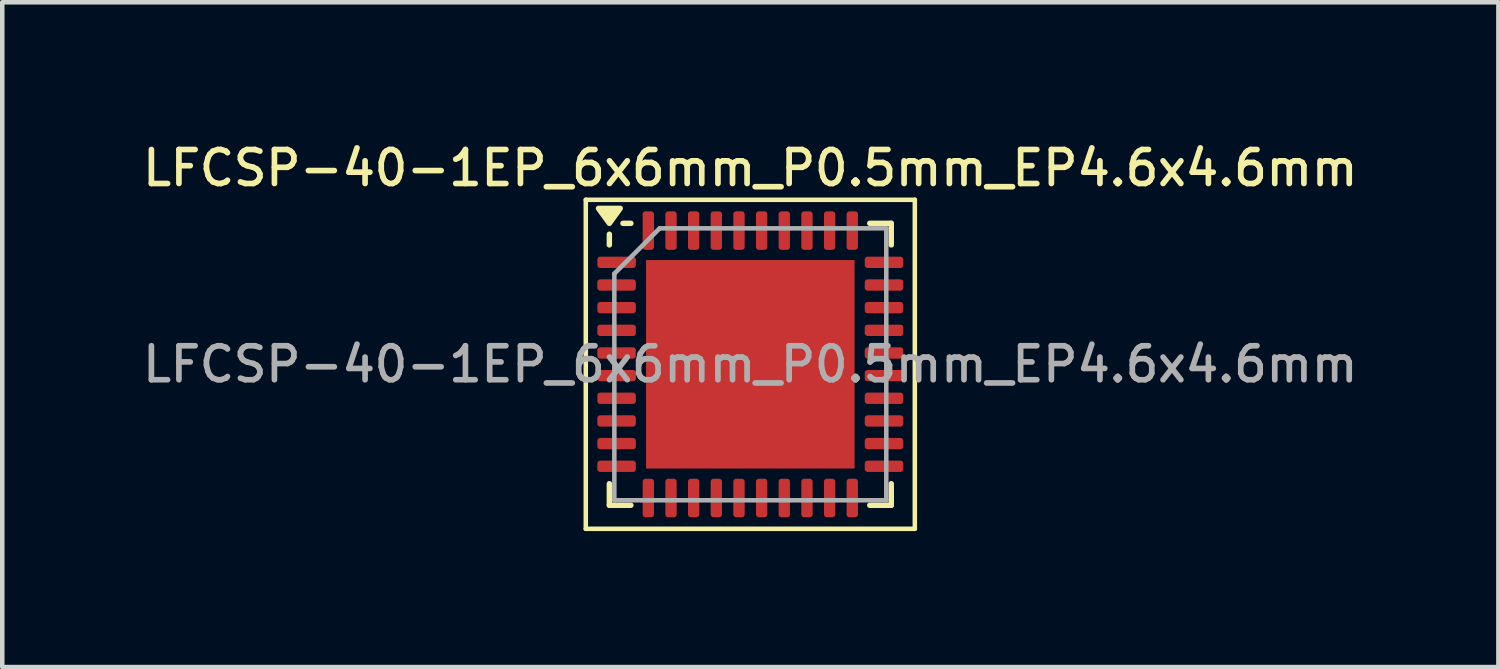
<source format=kicad_pcb>
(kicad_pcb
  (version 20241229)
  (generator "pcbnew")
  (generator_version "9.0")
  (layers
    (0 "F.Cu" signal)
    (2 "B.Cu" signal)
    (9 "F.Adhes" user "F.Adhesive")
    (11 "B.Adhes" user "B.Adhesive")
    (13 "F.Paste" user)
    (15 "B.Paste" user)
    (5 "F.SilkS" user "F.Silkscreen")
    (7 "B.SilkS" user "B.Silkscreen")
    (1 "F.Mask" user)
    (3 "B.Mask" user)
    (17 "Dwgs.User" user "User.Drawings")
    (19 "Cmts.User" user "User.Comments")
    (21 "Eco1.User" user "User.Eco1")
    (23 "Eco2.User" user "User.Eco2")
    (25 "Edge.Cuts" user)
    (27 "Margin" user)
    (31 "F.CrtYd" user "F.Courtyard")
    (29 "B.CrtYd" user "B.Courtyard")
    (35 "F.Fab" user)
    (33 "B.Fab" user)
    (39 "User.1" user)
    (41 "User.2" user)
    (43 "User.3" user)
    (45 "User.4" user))
  (footprint "LFCSP-40-1EP_6x6mm_P0.5mm_EP4.6x4.6mm"
    (layer "F.Cu")
    (at 13.505 4.988)
    (property "Reference" "LFCSP-40-1EP_6x6mm_P0.5mm_EP4.6x4.6mm" (at 0 -4.33 0) (layer "F.SilkS") (effects (font (size 0.75 0.75) (thickness 0.125))))
    (attr smd)
    (fp_line (start -3.63 -3.63) (end -3.63 3.63) (stroke (width 0.1) (type solid)) (layer "F.SilkS"))
    (fp_line (start -3.63 3.63) (end 3.63 3.63) (stroke (width 0.1) (type solid)) (layer "F.SilkS"))
    (fp_line (start -3.11 -2.635) (end -3.11 -2.87) (stroke (width 0.12) (type solid)) (layer "F.SilkS"))
    (fp_line (start -3.11 3.11) (end -3.11 2.635) (stroke (width 0.12) (type solid)) (layer "F.SilkS"))
    (fp_line (start -2.635 -3.11) (end -2.81 -3.11) (stroke (width 0.12) (type solid)) (layer "F.SilkS"))
    (fp_line (start -2.635 3.11) (end -3.11 3.11) (stroke (width 0.12) (type solid)) (layer "F.SilkS"))
    (fp_line (start 2.635 -3.11) (end 3.11 -3.11) (stroke (width 0.12) (type solid)) (layer "F.SilkS"))
    (fp_line (start 2.635 3.11) (end 3.11 3.11) (stroke (width 0.12) (type solid)) (layer "F.SilkS"))
    (fp_line (start 3.11 -3.11) (end 3.11 -2.635) (stroke (width 0.12) (type solid)) (layer "F.SilkS"))
    (fp_line (start 3.11 3.11) (end 3.11 2.635) (stroke (width 0.12) (type solid)) (layer "F.SilkS"))
    (fp_line (start 3.63 -3.63) (end -3.63 -3.63) (stroke (width 0.1) (type solid)) (layer "F.SilkS"))
    (fp_line (start 3.63 3.63) (end 3.63 -3.63) (stroke (width 0.1) (type solid)) (layer "F.SilkS"))
    (fp_poly (pts (xy -3.11 -3.11) (xy -3.35 -3.44) (xy -2.87 -3.44) (xy -3.11 -3.11)) (stroke (width 0.12) (type solid)) (fill yes) (layer "F.SilkS"))
    (fp_line (start -3 -2) (end -2 -3) (stroke (width 0.1) (type solid)) (layer "F.Fab"))
    (fp_line (start -3 3) (end -3 -2) (stroke (width 0.1) (type solid)) (layer "F.Fab"))
    (fp_line (start -2 -3) (end 3 -3) (stroke (width 0.1) (type solid)) (layer "F.Fab"))
    (fp_line (start 3 -3) (end 3 3) (stroke (width 0.1) (type solid)) (layer "F.Fab"))
    (fp_line (start 3 3) (end -3 3) (stroke (width 0.1) (type solid)) (layer "F.Fab"))
    (fp_text user "${REFERENCE}" (at 0 0 0) (layer "F.Fab") (effects (font (size 0.75 0.75) (thickness 0.125))))
    (pad "" smd roundrect (at -1.15 -1.15) (size 1.85 1.85) (layers "F.Paste") (roundrect_rratio 0.135))
    (pad "" smd roundrect (at -1.15 1.15) (size 1.85 1.85) (layers "F.Paste") (roundrect_rratio 0.135))
    (pad "" smd roundrect (at 1.15 -1.15) (size 1.85 1.85) (layers "F.Paste") (roundrect_rratio 0.135))
    (pad "" smd roundrect (at 1.15 1.15) (size 1.85 1.85) (layers "F.Paste") (roundrect_rratio 0.135))
    (pad "1" smd roundrect (at -2.95 -2.25) (size 0.85 0.25) (layers "F.Cu" "F.Mask" "F.Paste") (roundrect_rratio 0.25))
    (pad "2" smd roundrect (at -2.95 -1.75) (size 0.85 0.25) (layers "F.Cu" "F.Mask" "F.Paste") (roundrect_rratio 0.25))
    (pad "3" smd roundrect (at -2.95 -1.25) (size 0.85 0.25) (layers "F.Cu" "F.Mask" "F.Paste") (roundrect_rratio 0.25))
    (pad "4" smd roundrect (at -2.95 -0.75) (size 0.85 0.25) (layers "F.Cu" "F.Mask" "F.Paste") (roundrect_rratio 0.25))
    (pad "5" smd roundrect (at -2.95 -0.25) (size 0.85 0.25) (layers "F.Cu" "F.Mask" "F.Paste") (roundrect_rratio 0.25))
    (pad "6" smd roundrect (at -2.95 0.25) (size 0.85 0.25) (layers "F.Cu" "F.Mask" "F.Paste") (roundrect_rratio 0.25))
    (pad "7" smd roundrect (at -2.95 0.75) (size 0.85 0.25) (layers "F.Cu" "F.Mask" "F.Paste") (roundrect_rratio 0.25))
    (pad "8" smd roundrect (at -2.95 1.25) (size 0.85 0.25) (layers "F.Cu" "F.Mask" "F.Paste") (roundrect_rratio 0.25))
    (pad "9" smd roundrect (at -2.95 1.75) (size 0.85 0.25) (layers "F.Cu" "F.Mask" "F.Paste") (roundrect_rratio 0.25))
    (pad "10" smd roundrect (at -2.95 2.25) (size 0.85 0.25) (layers "F.Cu" "F.Mask" "F.Paste") (roundrect_rratio 0.25))
    (pad "11" smd roundrect (at -2.25 2.95) (size 0.25 0.85) (layers "F.Cu" "F.Mask" "F.Paste") (roundrect_rratio 0.25))
    (pad "12" smd roundrect (at -1.75 2.95) (size 0.25 0.85) (layers "F.Cu" "F.Mask" "F.Paste") (roundrect_rratio 0.25))
    (pad "13" smd roundrect (at -1.25 2.95) (size 0.25 0.85) (layers "F.Cu" "F.Mask" "F.Paste") (roundrect_rratio 0.25))
    (pad "14" smd roundrect (at -0.75 2.95) (size 0.25 0.85) (layers "F.Cu" "F.Mask" "F.Paste") (roundrect_rratio 0.25))
    (pad "15" smd roundrect (at -0.25 2.95) (size 0.25 0.85) (layers "F.Cu" "F.Mask" "F.Paste") (roundrect_rratio 0.25))
    (pad "16" smd roundrect (at 0.25 2.95) (size 0.25 0.85) (layers "F.Cu" "F.Mask" "F.Paste") (roundrect_rratio 0.25))
    (pad "17" smd roundrect (at 0.75 2.95) (size 0.25 0.85) (layers "F.Cu" "F.Mask" "F.Paste") (roundrect_rratio 0.25))
    (pad "18" smd roundrect (at 1.25 2.95) (size 0.25 0.85) (layers "F.Cu" "F.Mask" "F.Paste") (roundrect_rratio 0.25))
    (pad "19" smd roundrect (at 1.75 2.95) (size 0.25 0.85) (layers "F.Cu" "F.Mask" "F.Paste") (roundrect_rratio 0.25))
    (pad "20" smd roundrect (at 2.25 2.95) (size 0.25 0.85) (layers "F.Cu" "F.Mask" "F.Paste") (roundrect_rratio 0.25))
    (pad "21" smd roundrect (at 2.95 2.25) (size 0.85 0.25) (layers "F.Cu" "F.Mask" "F.Paste") (roundrect_rratio 0.25))
    (pad "22" smd roundrect (at 2.95 1.75) (size 0.85 0.25) (layers "F.Cu" "F.Mask" "F.Paste") (roundrect_rratio 0.25))
    (pad "23" smd roundrect (at 2.95 1.25) (size 0.85 0.25) (layers "F.Cu" "F.Mask" "F.Paste") (roundrect_rratio 0.25))
    (pad "24" smd roundrect (at 2.95 0.75) (size 0.85 0.25) (layers "F.Cu" "F.Mask" "F.Paste") (roundrect_rratio 0.25))
    (pad "25" smd roundrect (at 2.95 0.25) (size 0.85 0.25) (layers "F.Cu" "F.Mask" "F.Paste") (roundrect_rratio 0.25))
    (pad "26" smd roundrect (at 2.95 -0.25) (size 0.85 0.25) (layers "F.Cu" "F.Mask" "F.Paste") (roundrect_rratio 0.25))
    (pad "27" smd roundrect (at 2.95 -0.75) (size 0.85 0.25) (layers "F.Cu" "F.Mask" "F.Paste") (roundrect_rratio 0.25))
    (pad "28" smd roundrect (at 2.95 -1.25) (size 0.85 0.25) (layers "F.Cu" "F.Mask" "F.Paste") (roundrect_rratio 0.25))
    (pad "29" smd roundrect (at 2.95 -1.75) (size 0.85 0.25) (layers "F.Cu" "F.Mask" "F.Paste") (roundrect_rratio 0.25))
    (pad "30" smd roundrect (at 2.95 -2.25) (size 0.85 0.25) (layers "F.Cu" "F.Mask" "F.Paste") (roundrect_rratio 0.25))
    (pad "31" smd roundrect (at 2.25 -2.95) (size 0.25 0.85) (layers "F.Cu" "F.Mask" "F.Paste") (roundrect_rratio 0.25))
    (pad "32" smd roundrect (at 1.75 -2.95) (size 0.25 0.85) (layers "F.Cu" "F.Mask" "F.Paste") (roundrect_rratio 0.25))
    (pad "33" smd roundrect (at 1.25 -2.95) (size 0.25 0.85) (layers "F.Cu" "F.Mask" "F.Paste") (roundrect_rratio 0.25))
    (pad "34" smd roundrect (at 0.75 -2.95) (size 0.25 0.85) (layers "F.Cu" "F.Mask" "F.Paste") (roundrect_rratio 0.25))
    (pad "35" smd roundrect (at 0.25 -2.95) (size 0.25 0.85) (layers "F.Cu" "F.Mask" "F.Paste") (roundrect_rratio 0.25))
    (pad "36" smd roundrect (at -0.25 -2.95) (size 0.25 0.85) (layers "F.Cu" "F.Mask" "F.Paste") (roundrect_rratio 0.25))
    (pad "37" smd roundrect (at -0.75 -2.95) (size 0.25 0.85) (layers "F.Cu" "F.Mask" "F.Paste") (roundrect_rratio 0.25))
    (pad "38" smd roundrect (at -1.25 -2.95) (size 0.25 0.85) (layers "F.Cu" "F.Mask" "F.Paste") (roundrect_rratio 0.25))
    (pad "39" smd roundrect (at -1.75 -2.95) (size 0.25 0.85) (layers "F.Cu" "F.Mask" "F.Paste") (roundrect_rratio 0.25))
    (pad "40" smd roundrect (at -2.25 -2.95) (size 0.25 0.85) (layers "F.Cu" "F.Mask" "F.Paste") (roundrect_rratio 0.25))
    (pad "41" smd rect (at 0 0) (size 4.6 4.6) (property pad_prop_heatsink) (layers "F.Cu" "F.Mask")))
  (gr_rect
    (start -3 -3)
    (end 30.011 11.668)
    (stroke (width 0.1) (type default))
    (fill no)
    (layer "Edge.Cuts")))
</source>
